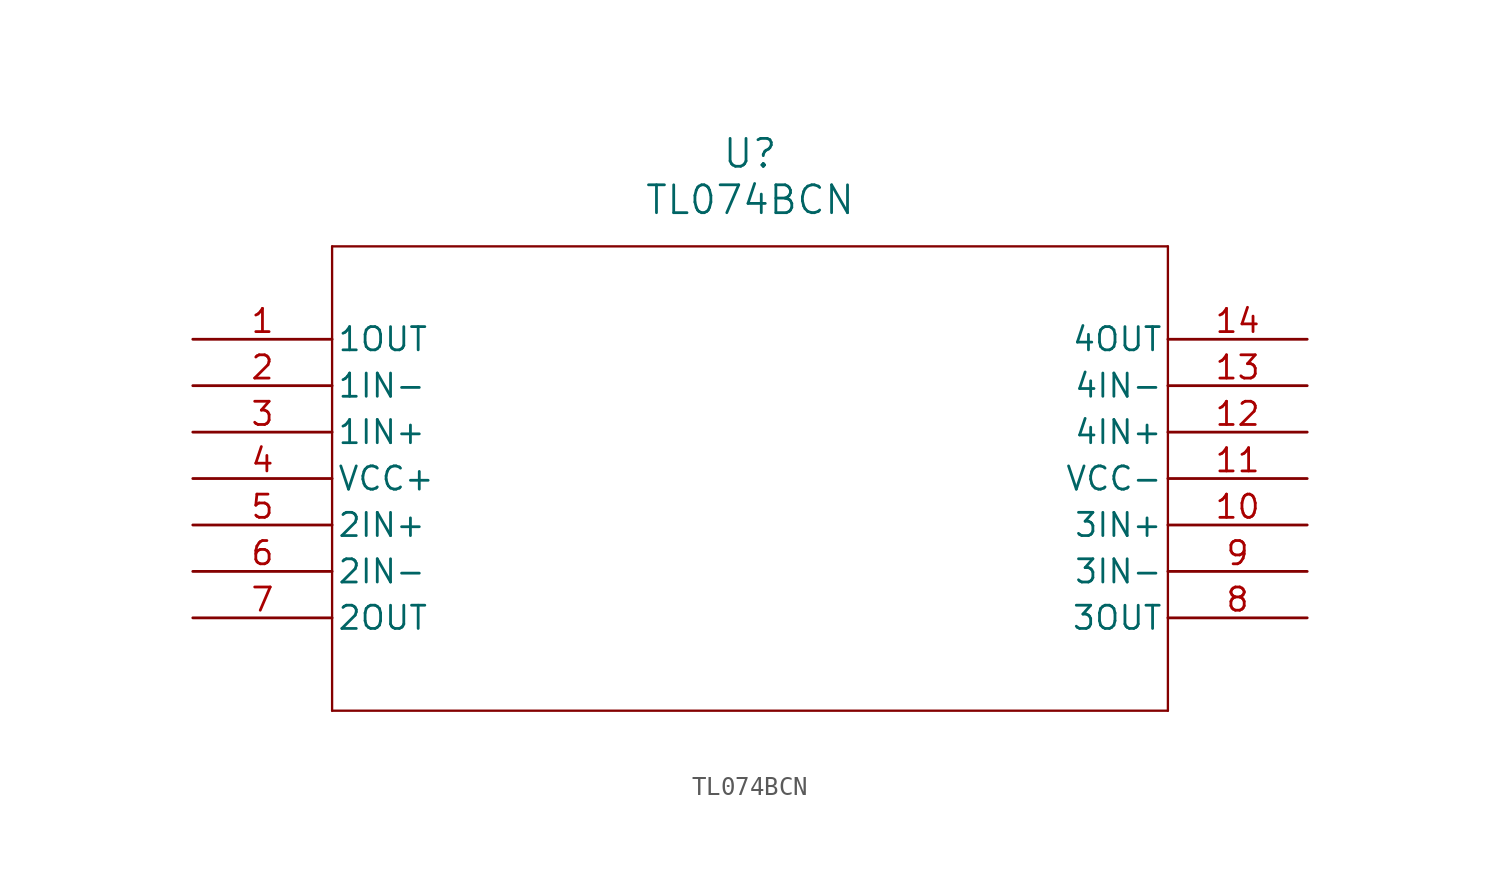
<source format=kicad_sym>
(kicad_symbol_lib
  (version 20211014)
  (generator kicad_symbol_editor)
  (symbol "TL074BCN"
    (pin_names
      (offset 0.254))
    (property "Reference" "U"
      (at 30.48 10.16 0)
      (effects (font (size 1.524 1.524))))
    (property "Value" "TL074BCN"
      (at 30.48 7.62 0)
      (effects (font (size 1.524 1.524))))
    (symbol "TL074BCN_0_1"
      (polyline (pts (xy 7.62 5.08) (xy 7.62 -20.32)) (stroke (width 0.127) (type default) (color 0 0 0 0)) (fill (type none)))
      (polyline (pts (xy 7.62 -20.32) (xy 53.34 -20.32)) (stroke (width 0.127) (type default) (color 0 0 0 0)) (fill (type none)))
      (polyline (pts (xy 53.34 -20.32) (xy 53.34 5.08)) (stroke (width 0.127) (type default) (color 0 0 0 0)) (fill (type none)))
      (polyline (pts (xy 53.34 5.08) (xy 7.62 5.08)) (stroke (width 0.127) (type default) (color 0 0 0 0)) (fill (type none)))
      (pin output line (at 0 0 0) (length 7.62) (name "1OUT" (effects (font (size 1.27 1.27)))) (number "1" (effects (font (size 1.27 1.27)))))
      (pin input line (at 0 -2.54 0) (length 7.62) (name "1IN-" (effects (font (size 1.27 1.27)))) (number "2" (effects (font (size 1.27 1.27)))))
      (pin input line (at 0 -5.08 0) (length 7.62) (name "1IN+" (effects (font (size 1.27 1.27)))) (number "3" (effects (font (size 1.27 1.27)))))
      (pin power_in line (at 0 -7.62 0) (length 7.62) (name "VCC+" (effects (font (size 1.27 1.27)))) (number "4" (effects (font (size 1.27 1.27)))))
      (pin input line (at 0 -10.16 0) (length 7.62) (name "2IN+" (effects (font (size 1.27 1.27)))) (number "5" (effects (font (size 1.27 1.27)))))
      (pin input line (at 0 -12.7 0) (length 7.62) (name "2IN-" (effects (font (size 1.27 1.27)))) (number "6" (effects (font (size 1.27 1.27)))))
      (pin output line (at 0 -15.24 0) (length 7.62) (name "2OUT" (effects (font (size 1.27 1.27)))) (number "7" (effects (font (size 1.27 1.27)))))
      (pin output line (at 60.96 -15.24 180) (length 7.62) (name "3OUT" (effects (font (size 1.27 1.27)))) (number "8" (effects (font (size 1.27 1.27)))))
      (pin input line (at 60.96 -12.7 180) (length 7.62) (name "3IN-" (effects (font (size 1.27 1.27)))) (number "9" (effects (font (size 1.27 1.27)))))
      (pin input line (at 60.96 -10.16 180) (length 7.62) (name "3IN+" (effects (font (size 1.27 1.27)))) (number "10" (effects (font (size 1.27 1.27)))))
      (pin power_in line (at 60.96 -7.62 180) (length 7.62) (name "VCC-" (effects (font (size 1.27 1.27)))) (number "11" (effects (font (size 1.27 1.27)))))
      (pin input line (at 60.96 -5.08 180) (length 7.62) (name "4IN+" (effects (font (size 1.27 1.27)))) (number "12" (effects (font (size 1.27 1.27)))))
      (pin input line (at 60.96 -2.54 180) (length 7.62) (name "4IN-" (effects (font (size 1.27 1.27)))) (number "13" (effects (font (size 1.27 1.27)))))
      (pin output line (at 60.96 0 180) (length 7.62) (name "4OUT" (effects (font (size 1.27 1.27)))) (number "14" (effects (font (size 1.27 1.27))))))))
</source>
